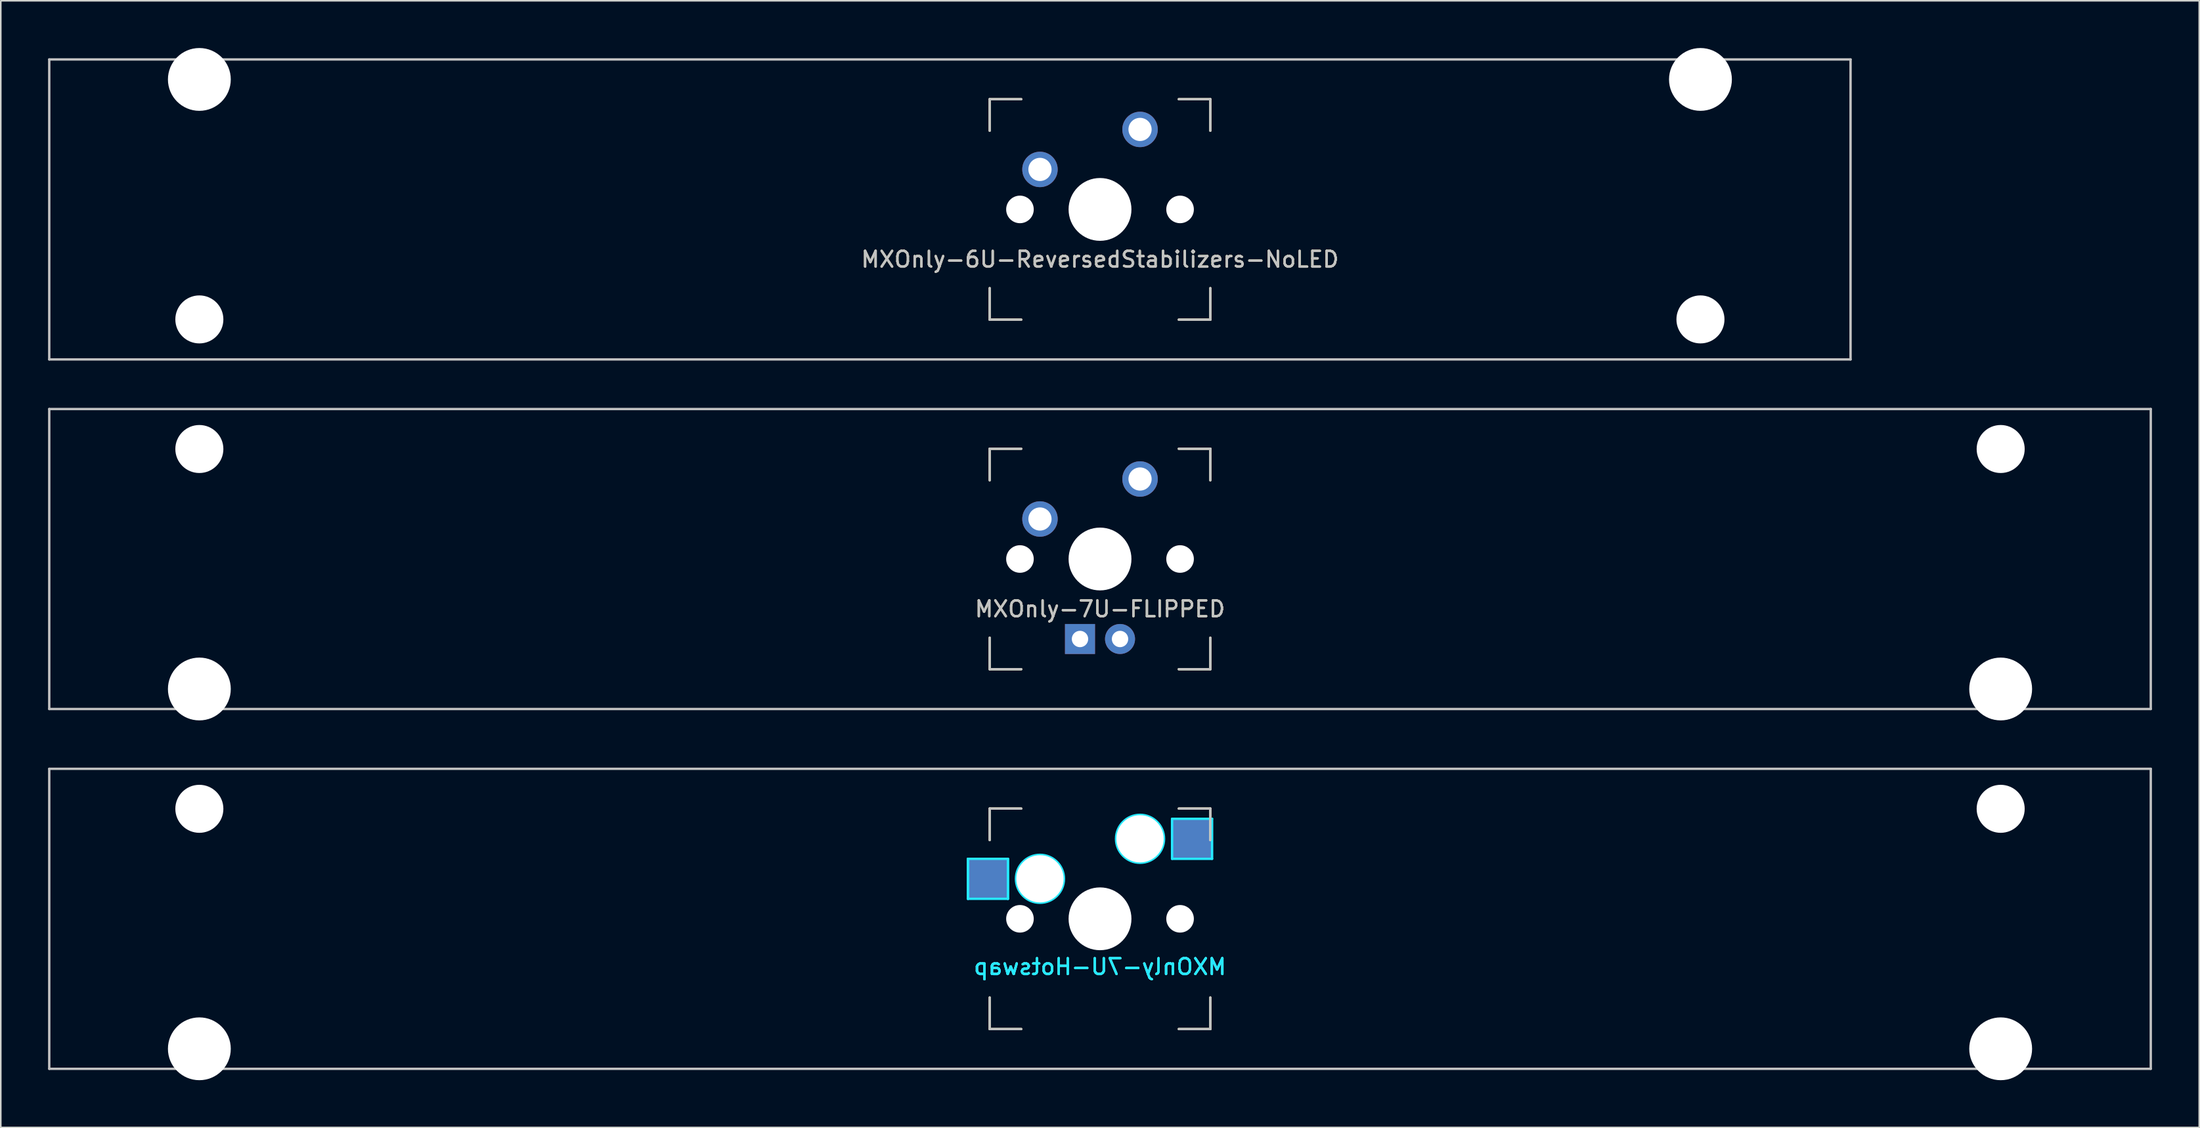
<source format=kicad_pcb>
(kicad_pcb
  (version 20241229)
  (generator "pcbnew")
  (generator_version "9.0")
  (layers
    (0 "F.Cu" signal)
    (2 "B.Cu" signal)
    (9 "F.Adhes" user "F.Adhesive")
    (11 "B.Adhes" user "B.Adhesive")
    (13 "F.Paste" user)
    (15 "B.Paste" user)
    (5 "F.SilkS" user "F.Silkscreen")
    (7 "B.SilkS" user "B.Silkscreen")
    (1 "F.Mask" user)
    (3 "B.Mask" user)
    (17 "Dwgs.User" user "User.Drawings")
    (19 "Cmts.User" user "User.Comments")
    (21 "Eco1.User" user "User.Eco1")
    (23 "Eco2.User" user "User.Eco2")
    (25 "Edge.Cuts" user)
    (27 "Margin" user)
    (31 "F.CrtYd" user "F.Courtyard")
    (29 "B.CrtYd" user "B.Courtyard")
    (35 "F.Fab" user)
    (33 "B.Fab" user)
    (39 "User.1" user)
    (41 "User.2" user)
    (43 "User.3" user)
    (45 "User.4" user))
  (footprint "MXOnly-6U-ReversedStabilizers-NoLED"
    (layer "F.Cu")
    (at 57.225 10.249)
    (property "Reference" "MXOnly-6U-ReversedStabilizers-NoLED" (at 9.525 3.175 0) (layer "Dwgs.User") (effects (font (size 1 1) (thickness 0.15))))
    (attr through_hole)
    (fp_line (start 2.525 -7) (end 2.525 -5) (stroke (width 0.15) (type solid)) (layer "F.SilkS"))
    (fp_line (start 2.525 5) (end 2.525 7) (stroke (width 0.15) (type solid)) (layer "F.SilkS"))
    (fp_line (start 2.525 7) (end 4.525 7) (stroke (width 0.15) (type solid)) (layer "F.SilkS"))
    (fp_line (start 4.525 -7) (end 2.525 -7) (stroke (width 0.15) (type solid)) (layer "F.SilkS"))
    (fp_line (start 14.525 -7) (end 16.525 -7) (stroke (width 0.15) (type solid)) (layer "F.SilkS"))
    (fp_line (start 14.525 7) (end 16.525 7) (stroke (width 0.15) (type solid)) (layer "F.SilkS"))
    (fp_line (start 16.525 -7) (end 16.525 -5) (stroke (width 0.15) (type solid)) (layer "F.SilkS"))
    (fp_line (start 16.525 7) (end 16.525 5) (stroke (width 0.15) (type solid)) (layer "F.SilkS"))
    (fp_line (start -57.15 -9.525) (end 57.15 -9.525) (stroke (width 0.15) (type solid)) (layer "Dwgs.User"))
    (fp_line (start -57.15 9.525) (end -57.15 -9.525) (stroke (width 0.15) (type solid)) (layer "Dwgs.User"))
    (fp_line (start -57.15 9.525) (end 57.15 9.525) (stroke (width 0.15) (type solid)) (layer "Dwgs.User"))
    (fp_line (start 2.525 -7) (end 2.525 -5) (stroke (width 0.15) (type solid)) (layer "Dwgs.User"))
    (fp_line (start 2.525 5) (end 2.525 7) (stroke (width 0.15) (type solid)) (layer "Dwgs.User"))
    (fp_line (start 2.525 7) (end 4.525 7) (stroke (width 0.15) (type solid)) (layer "Dwgs.User"))
    (fp_line (start 4.525 -7) (end 2.525 -7) (stroke (width 0.15) (type solid)) (layer "Dwgs.User"))
    (fp_line (start 14.525 -7) (end 16.525 -7) (stroke (width 0.15) (type solid)) (layer "Dwgs.User"))
    (fp_line (start 14.525 7) (end 16.525 7) (stroke (width 0.15) (type solid)) (layer "Dwgs.User"))
    (fp_line (start 16.525 -7) (end 16.525 -5) (stroke (width 0.15) (type solid)) (layer "Dwgs.User"))
    (fp_line (start 16.525 7) (end 16.525 5) (stroke (width 0.15) (type solid)) (layer "Dwgs.User"))
    (fp_line (start 57.15 -9.525) (end 57.15 9.525) (stroke (width 0.15) (type solid)) (layer "Dwgs.User"))
    (fp_text user "${REFERENCE}" (at 9.525 3.175 0) (layer "F.SilkS") (effects (font (size 1 1) (thickness 0.15))))
    (pad "" np_thru_hole circle (at -47.625 -8.255) (size 3.988 3.988) (drill 3.988) (layers "*.Cu" "*.Mask"))
    (pad "" np_thru_hole circle (at -47.625 6.985) (size 3.048 3.048) (drill 3.048) (layers "*.Cu" "*.Mask"))
    (pad "" np_thru_hole circle (at 4.445 0 48.1) (size 1.75 1.75) (drill 1.75) (layers "*.Cu" "*.Mask"))
    (pad "" np_thru_hole circle (at 9.525 0) (size 3.988 3.988) (drill 3.988) (layers "*.Cu" "*.Mask"))
    (pad "" np_thru_hole circle (at 14.605 0 48.1) (size 1.75 1.75) (drill 1.75) (layers "*.Cu" "*.Mask"))
    (pad "" np_thru_hole circle (at 47.625 -8.255) (size 3.988 3.988) (drill 3.988) (layers "*.Cu" "*.Mask"))
    (pad "" np_thru_hole circle (at 47.625 6.985) (size 3.048 3.048) (drill 3.048) (layers "*.Cu" "*.Mask"))
    (pad "1" thru_hole circle (at 5.715 -2.54) (size 2.25 2.25) (drill 1.47) (layers "*.Cu" "B.Mask"))
    (pad "2" thru_hole circle (at 12.065 -5.08) (size 2.25 2.25) (drill 1.47) (layers "*.Cu" "B.Mask")))
  (footprint "MXOnly-7U-Hotswap"
    (layer "F.Cu")
    (at 66.75 55.298)
    (property "Reference" "MXOnly-7U-Hotswap" (at 0 3.048 0) (layer "B.CrtYd") (effects (font (size 1 1) (thickness 0.15)) (justify mirror)))
    (attr smd)
    (fp_line (start -7 -7) (end -7 -5) (stroke (width 0.15) (type solid)) (layer "F.SilkS"))
    (fp_line (start -7 5) (end -7 7) (stroke (width 0.15) (type solid)) (layer "F.SilkS"))
    (fp_line (start -7 7) (end -5 7) (stroke (width 0.15) (type solid)) (layer "F.SilkS"))
    (fp_line (start -5 -7) (end -7 -7) (stroke (width 0.15) (type solid)) (layer "F.SilkS"))
    (fp_line (start 5 -7) (end 7 -7) (stroke (width 0.15) (type solid)) (layer "F.SilkS"))
    (fp_line (start 5 7) (end 7 7) (stroke (width 0.15) (type solid)) (layer "F.SilkS"))
    (fp_line (start 7 -7) (end 7 -5) (stroke (width 0.15) (type solid)) (layer "F.SilkS"))
    (fp_line (start 7 7) (end 7 5) (stroke (width 0.15) (type solid)) (layer "F.SilkS"))
    (fp_line (start -66.675 -9.525) (end 66.675 -9.525) (stroke (width 0.15) (type solid)) (layer "Dwgs.User"))
    (fp_line (start -66.675 9.525) (end -66.675 -9.525) (stroke (width 0.15) (type solid)) (layer "Dwgs.User"))
    (fp_line (start -7 -7) (end -7 -5) (stroke (width 0.15) (type solid)) (layer "Dwgs.User"))
    (fp_line (start -7 5) (end -7 7) (stroke (width 0.15) (type solid)) (layer "Dwgs.User"))
    (fp_line (start -7 7) (end -5 7) (stroke (width 0.15) (type solid)) (layer "Dwgs.User"))
    (fp_line (start -5 -7) (end -7 -7) (stroke (width 0.15) (type solid)) (layer "Dwgs.User"))
    (fp_line (start 5 -7) (end 7 -7) (stroke (width 0.15) (type solid)) (layer "Dwgs.User"))
    (fp_line (start 5 7) (end 7 7) (stroke (width 0.15) (type solid)) (layer "Dwgs.User"))
    (fp_line (start 7 -7) (end 7 -5) (stroke (width 0.15) (type solid)) (layer "Dwgs.User"))
    (fp_line (start 7 7) (end 7 5) (stroke (width 0.15) (type solid)) (layer "Dwgs.User"))
    (fp_line (start 66.675 -9.525) (end 66.675 9.525) (stroke (width 0.15) (type solid)) (layer "Dwgs.User"))
    (fp_line (start 66.675 9.525) (end -66.675 9.525) (stroke (width 0.15) (type solid)) (layer "Dwgs.User"))
    (fp_line (start -8.382 -3.81) (end -5.842 -3.81) (stroke (width 0.15) (type solid)) (layer "B.CrtYd"))
    (fp_line (start -8.382 -1.27) (end -8.382 -3.81) (stroke (width 0.15) (type solid)) (layer "B.CrtYd"))
    (fp_line (start -8.382 -1.27) (end -8.382 -3.81) (stroke (width 0.15) (type solid)) (layer "B.CrtYd"))
    (fp_line (start -5.842 -3.81) (end -5.842 -1.27) (stroke (width 0.15) (type solid)) (layer "B.CrtYd"))
    (fp_line (start -5.842 -3.81) (end -5.842 -1.27) (stroke (width 0.15) (type solid)) (layer "B.CrtYd"))
    (fp_line (start -5.842 -1.27) (end -8.382 -1.27) (stroke (width 0.15) (type solid)) (layer "B.CrtYd"))
    (fp_line (start 4.572 -6.35) (end 7.112 -6.35) (stroke (width 0.15) (type solid)) (layer "B.CrtYd"))
    (fp_line (start 4.572 -3.81) (end 4.572 -6.35) (stroke (width 0.15) (type solid)) (layer "B.CrtYd"))
    (fp_line (start 7.112 -6.35) (end 7.112 -3.81) (stroke (width 0.15) (type solid)) (layer "B.CrtYd"))
    (fp_line (start 7.112 -3.81) (end 4.572 -3.81) (stroke (width 0.15) (type solid)) (layer "B.CrtYd"))
    (fp_circle (center -3.81 -2.54) (end -3.81 -4.064) (stroke (width 0.15) (type solid)) (fill no) (layer "B.CrtYd"))
    (fp_circle (center 2.54 -5.08) (end 2.54 -6.604) (stroke (width 0.15) (type solid)) (fill no) (layer "B.CrtYd"))
    (fp_text user "${REFERENCE}" (at 0 3.048 0) (layer "B.SilkS") (effects (font (size 1 1) (thickness 0.15)) (justify mirror)))
    (fp_text user "${REFERENCE}" (at 0 3.048 0) (layer "B.CrtYd") (effects (font (size 1 1) (thickness 0.15)) (justify mirror)))
    (pad "" np_thru_hole circle (at -57.15 -6.985) (size 3.048 3.048) (drill 3.048) (layers "*.Cu" "*.Mask"))
    (pad "" np_thru_hole circle (at -57.15 8.255) (size 3.988 3.988) (drill 3.988) (layers "*.Cu" "*.Mask"))
    (pad "" np_thru_hole circle (at -5.08 0 48.1) (size 1.75 1.75) (drill 1.75) (layers "*.Cu" "*.Mask"))
    (pad "" np_thru_hole circle (at -3.81 -2.54) (size 3 3) (drill 3) (layers "*.Cu" "*.Mask"))
    (pad "" np_thru_hole circle (at 0 0) (size 3.988 3.988) (drill 3.988) (layers "*.Cu" "*.Mask"))
    (pad "" np_thru_hole circle (at 2.54 -5.08) (size 3 3) (drill 3) (layers "*.Cu" "*.Mask"))
    (pad "" np_thru_hole circle (at 5.08 0 48.1) (size 1.75 1.75) (drill 1.75) (layers "*.Cu" "*.Mask"))
    (pad "" np_thru_hole circle (at 57.15 -6.985) (size 3.048 3.048) (drill 3.048) (layers "*.Cu" "*.Mask"))
    (pad "" np_thru_hole circle (at 57.15 8.255) (size 3.988 3.988) (drill 3.988) (layers "*.Cu" "*.Mask"))
    (pad "1" smd rect (at -7.085 -2.54) (size 2.55 2.5) (layers "B.Cu" "B.Mask" "B.Paste"))
    (pad "2" smd rect (at 5.842 -5.08) (size 2.55 2.5) (layers "B.Cu" "B.Mask" "B.Paste")))
  (footprint "MXOnly-7U-FLIPPED"
    (layer "F.Cu")
    (at 66.75 32.449)
    (property "Reference" "MXOnly-7U-FLIPPED" (at 0 3.175 0) (layer "Dwgs.User") (effects (font (size 1 1) (thickness 0.15))))
    (attr through_hole)
    (fp_line (start -7 -7) (end -7 -5) (stroke (width 0.15) (type solid)) (layer "F.SilkS"))
    (fp_line (start -7 5) (end -7 7) (stroke (width 0.15) (type solid)) (layer "F.SilkS"))
    (fp_line (start -7 7) (end -5 7) (stroke (width 0.15) (type solid)) (layer "F.SilkS"))
    (fp_line (start -5 -7) (end -7 -7) (stroke (width 0.15) (type solid)) (layer "F.SilkS"))
    (fp_line (start 5 -7) (end 7 -7) (stroke (width 0.15) (type solid)) (layer "F.SilkS"))
    (fp_line (start 5 7) (end 7 7) (stroke (width 0.15) (type solid)) (layer "F.SilkS"))
    (fp_line (start 7 -7) (end 7 -5) (stroke (width 0.15) (type solid)) (layer "F.SilkS"))
    (fp_line (start 7 7) (end 7 5) (stroke (width 0.15) (type solid)) (layer "F.SilkS"))
    (fp_line (start -66.675 -9.525) (end 66.675 -9.525) (stroke (width 0.15) (type solid)) (layer "Dwgs.User"))
    (fp_line (start -66.675 9.525) (end -66.675 -9.525) (stroke (width 0.15) (type solid)) (layer "Dwgs.User"))
    (fp_line (start -66.675 9.525) (end 66.675 9.525) (stroke (width 0.15) (type solid)) (layer "Dwgs.User"))
    (fp_line (start -7 -7) (end -7 -5) (stroke (width 0.15) (type solid)) (layer "Dwgs.User"))
    (fp_line (start -7 5) (end -7 7) (stroke (width 0.15) (type solid)) (layer "Dwgs.User"))
    (fp_line (start -7 7) (end -5 7) (stroke (width 0.15) (type solid)) (layer "Dwgs.User"))
    (fp_line (start -5 -7) (end -7 -7) (stroke (width 0.15) (type solid)) (layer "Dwgs.User"))
    (fp_line (start 5 -7) (end 7 -7) (stroke (width 0.15) (type solid)) (layer "Dwgs.User"))
    (fp_line (start 5 7) (end 7 7) (stroke (width 0.15) (type solid)) (layer "Dwgs.User"))
    (fp_line (start 7 -7) (end 7 -5) (stroke (width 0.15) (type solid)) (layer "Dwgs.User"))
    (fp_line (start 7 7) (end 7 5) (stroke (width 0.15) (type solid)) (layer "Dwgs.User"))
    (fp_line (start 66.675 -9.525) (end 66.675 9.525) (stroke (width 0.15) (type solid)) (layer "Dwgs.User"))
    (fp_text user "${REFERENCE}" (at 0 3.175 0) (layer "F.SilkS") (effects (font (size 1 1) (thickness 0.15))))
    (pad "" np_thru_hole circle (at -57.15 -6.985) (size 3.048 3.048) (drill 3.048) (layers "*.Cu" "*.Mask"))
    (pad "" np_thru_hole circle (at -57.15 8.255) (size 3.988 3.988) (drill 3.988) (layers "*.Cu" "*.Mask"))
    (pad "" np_thru_hole circle (at -5.08 0 48.1) (size 1.75 1.75) (drill 1.75) (layers "*.Cu" "*.Mask"))
    (pad "" np_thru_hole circle (at 0 0) (size 3.988 3.988) (drill 3.988) (layers "*.Cu" "*.Mask"))
    (pad "" np_thru_hole circle (at 5.08 0 48.1) (size 1.75 1.75) (drill 1.75) (layers "*.Cu" "*.Mask"))
    (pad "" np_thru_hole circle (at 57.15 -6.985) (size 3.048 3.048) (drill 3.048) (layers "*.Cu" "*.Mask"))
    (pad "" np_thru_hole circle (at 57.15 8.255) (size 3.988 3.988) (drill 3.988) (layers "*.Cu" "*.Mask"))
    (pad "1" thru_hole circle (at -3.81 -2.54) (size 2.25 2.25) (drill 1.47) (layers "*.Cu" "B.Mask"))
    (pad "2" thru_hole circle (at 2.54 -5.08) (size 2.25 2.25) (drill 1.47) (layers "*.Cu" "B.Mask"))
    (pad "3" thru_hole circle (at 1.27 5.08) (size 1.905 1.905) (drill 1.04) (layers "*.Cu" "B.Mask"))
    (pad "4" thru_hole rect (at -1.27 5.08) (size 1.905 1.905) (drill 1.04) (layers "*.Cu" "B.Mask")))
  (gr_rect
    (start -3 -3)
    (end 136.5 68.547)
    (stroke (width 0.1) (type default))
    (fill no)
    (layer "Edge.Cuts")))
</source>
